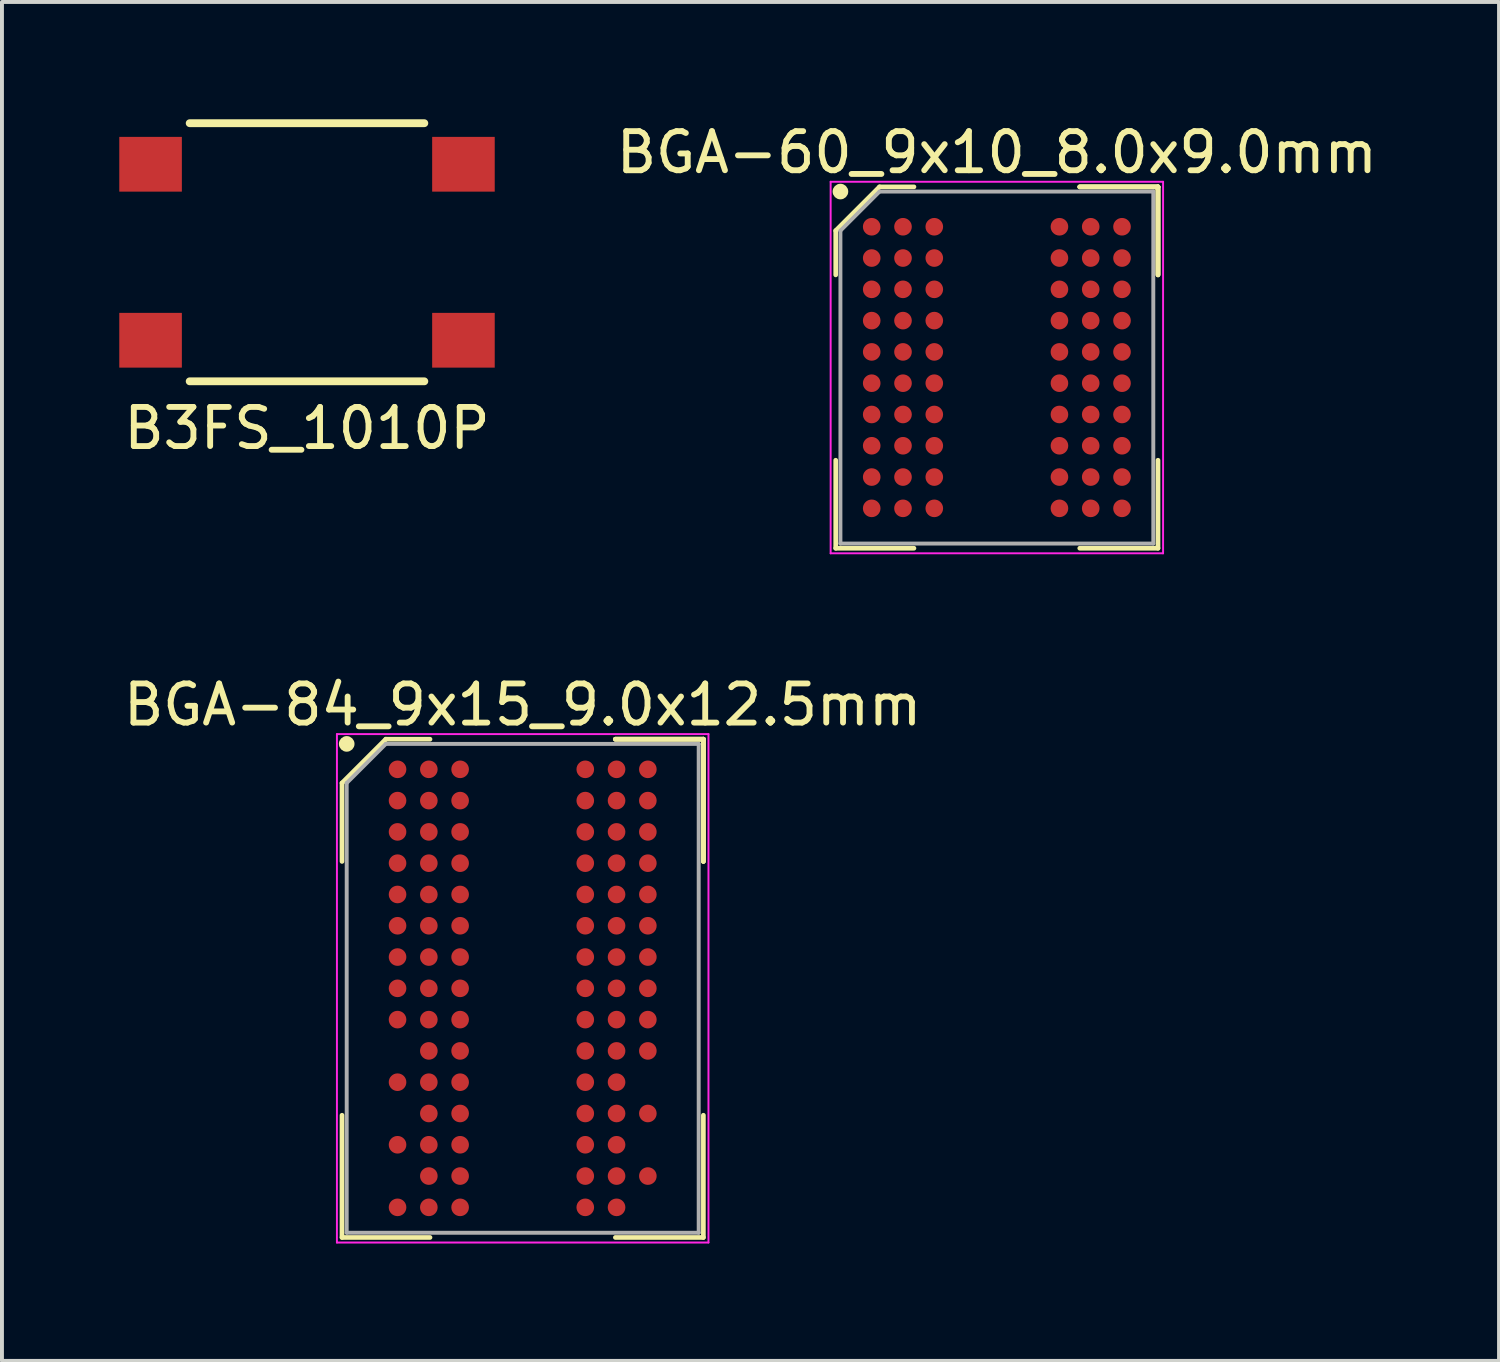
<source format=kicad_pcb>
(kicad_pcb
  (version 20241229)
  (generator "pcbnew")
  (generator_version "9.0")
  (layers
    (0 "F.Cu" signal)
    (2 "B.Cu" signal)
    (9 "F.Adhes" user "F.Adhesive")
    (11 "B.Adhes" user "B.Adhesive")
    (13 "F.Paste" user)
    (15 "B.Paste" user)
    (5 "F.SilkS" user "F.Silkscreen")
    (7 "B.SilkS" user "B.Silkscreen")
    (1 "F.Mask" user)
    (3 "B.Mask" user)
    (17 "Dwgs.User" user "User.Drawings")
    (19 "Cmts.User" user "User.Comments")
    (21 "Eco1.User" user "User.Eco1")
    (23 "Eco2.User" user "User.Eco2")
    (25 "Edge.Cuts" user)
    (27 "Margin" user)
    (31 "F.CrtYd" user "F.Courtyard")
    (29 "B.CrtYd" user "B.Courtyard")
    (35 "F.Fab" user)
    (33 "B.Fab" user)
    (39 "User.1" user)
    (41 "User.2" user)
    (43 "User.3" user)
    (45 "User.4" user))
  (footprint "BGA-60_9x10_8.0x9.0mm"
    (layer "F.Cu")
    (at 22.439 6.348)
    (property "Reference" "BGA-60_9x10_8.0x9.0mm" (at 0 -5.5 0) (layer "F.SilkS") (effects (font (size 1 1) (thickness 0.15))))
    (attr smd)
    (fp_line (start -4.12 -3.5) (end -4.12 -2.37) (stroke (width 0.12) (type solid)) (layer "F.SilkS"))
    (fp_line (start -4.12 4.62) (end -4.12 2.37) (stroke (width 0.12) (type solid)) (layer "F.SilkS"))
    (fp_line (start -3 -4.62) (end -4.12 -3.5) (stroke (width 0.12) (type solid)) (layer "F.SilkS"))
    (fp_line (start -2.12 -4.62) (end -3 -4.62) (stroke (width 0.12) (type solid)) (layer "F.SilkS"))
    (fp_line (start -2.12 4.62) (end -4.12 4.62) (stroke (width 0.12) (type solid)) (layer "F.SilkS"))
    (fp_line (start 2.12 -4.62) (end 4.12 -4.62) (stroke (width 0.12) (type solid)) (layer "F.SilkS"))
    (fp_line (start 2.12 -4.62) (end 4.12 -4.62) (stroke (width 0.12) (type solid)) (layer "F.SilkS"))
    (fp_line (start 2.12 -4.62) (end 4.12 -4.62) (stroke (width 0.12) (type solid)) (layer "F.SilkS"))
    (fp_line (start 2.12 4.62) (end 4.12 4.62) (stroke (width 0.12) (type solid)) (layer "F.SilkS"))
    (fp_line (start 4.12 -4.62) (end 4.12 -2.37) (stroke (width 0.12) (type solid)) (layer "F.SilkS"))
    (fp_line (start 4.12 -4.62) (end 4.12 -2.37) (stroke (width 0.12) (type solid)) (layer "F.SilkS"))
    (fp_line (start 4.12 -4.62) (end 4.12 -2.37) (stroke (width 0.12) (type solid)) (layer "F.SilkS"))
    (fp_line (start 4.12 4.62) (end 4.12 2.37) (stroke (width 0.12) (type solid)) (layer "F.SilkS"))
    (fp_circle (center -4 -4.5) (end -4 -4.4) (stroke (width 0.2) (type solid)) (fill no) (layer "F.SilkS"))
    (fp_line (start -4.25 -4.75) (end 4.25 -4.75) (stroke (width 0.05) (type solid)) (layer "F.CrtYd"))
    (fp_line (start -4.25 4.75) (end -4.25 -4.75) (stroke (width 0.05) (type solid)) (layer "F.CrtYd"))
    (fp_line (start 4.25 -4.75) (end 4.25 4.75) (stroke (width 0.05) (type solid)) (layer "F.CrtYd"))
    (fp_line (start 4.25 4.75) (end -4.25 4.75) (stroke (width 0.05) (type solid)) (layer "F.CrtYd"))
    (fp_line (start -4 -3.5) (end -4 4.5) (stroke (width 0.1) (type solid)) (layer "F.Fab"))
    (fp_line (start -4 4.5) (end 4 4.5) (stroke (width 0.1) (type solid)) (layer "F.Fab"))
    (fp_line (start -3 -4.5) (end -4 -3.5) (stroke (width 0.1) (type solid)) (layer "F.Fab"))
    (fp_line (start 4 -4.5) (end -3 -4.5) (stroke (width 0.1) (type solid)) (layer "F.Fab"))
    (fp_line (start 4 4.5) (end 4 -4.5) (stroke (width 0.1) (type solid)) (layer "F.Fab"))
    (pad "A1" smd circle (at -3.2 -3.6) (size 0.45 0.45) (layers "F.Cu" "F.Mask" "F.Paste"))
    (pad "A2" smd circle (at -2.4 -3.6) (size 0.45 0.45) (layers "F.Cu" "F.Mask" "F.Paste"))
    (pad "A3" smd circle (at -1.6 -3.6) (size 0.45 0.45) (layers "F.Cu" "F.Mask" "F.Paste"))
    (pad "A7" smd circle (at 1.6 -3.6) (size 0.45 0.45) (layers "F.Cu" "F.Mask" "F.Paste"))
    (pad "A8" smd circle (at 2.4 -3.6) (size 0.45 0.45) (layers "F.Cu" "F.Mask" "F.Paste"))
    (pad "A9" smd circle (at 3.2 -3.6) (size 0.45 0.45) (layers "F.Cu" "F.Mask" "F.Paste"))
    (pad "B1" smd circle (at -3.2 -2.8) (size 0.45 0.45) (layers "F.Cu" "F.Mask" "F.Paste"))
    (pad "B2" smd circle (at -2.4 -2.8) (size 0.45 0.45) (layers "F.Cu" "F.Mask" "F.Paste"))
    (pad "B3" smd circle (at -1.6 -2.8) (size 0.45 0.45) (layers "F.Cu" "F.Mask" "F.Paste"))
    (pad "B7" smd circle (at 1.6 -2.8) (size 0.45 0.45) (layers "F.Cu" "F.Mask" "F.Paste"))
    (pad "B8" smd circle (at 2.4 -2.8) (size 0.45 0.45) (layers "F.Cu" "F.Mask" "F.Paste"))
    (pad "B9" smd circle (at 3.2 -2.8) (size 0.45 0.45) (layers "F.Cu" "F.Mask" "F.Paste"))
    (pad "C1" smd circle (at -3.2 -2) (size 0.45 0.45) (layers "F.Cu" "F.Mask" "F.Paste"))
    (pad "C2" smd circle (at -2.4 -2) (size 0.45 0.45) (layers "F.Cu" "F.Mask" "F.Paste"))
    (pad "C3" smd circle (at -1.6 -2) (size 0.45 0.45) (layers "F.Cu" "F.Mask" "F.Paste"))
    (pad "C7" smd circle (at 1.6 -2) (size 0.45 0.45) (layers "F.Cu" "F.Mask" "F.Paste"))
    (pad "C8" smd circle (at 2.4 -2) (size 0.45 0.45) (layers "F.Cu" "F.Mask" "F.Paste"))
    (pad "C9" smd circle (at 3.2 -2) (size 0.45 0.45) (layers "F.Cu" "F.Mask" "F.Paste"))
    (pad "D1" smd circle (at -3.2 -1.2) (size 0.45 0.45) (layers "F.Cu" "F.Mask" "F.Paste"))
    (pad "D2" smd circle (at -2.4 -1.2) (size 0.45 0.45) (layers "F.Cu" "F.Mask" "F.Paste"))
    (pad "D3" smd circle (at -1.6 -1.2) (size 0.45 0.45) (layers "F.Cu" "F.Mask" "F.Paste"))
    (pad "D7" smd circle (at 1.6 -1.2) (size 0.45 0.45) (layers "F.Cu" "F.Mask" "F.Paste"))
    (pad "D8" smd circle (at 2.4 -1.2) (size 0.45 0.45) (layers "F.Cu" "F.Mask" "F.Paste"))
    (pad "D9" smd circle (at 3.2 -1.2) (size 0.45 0.45) (layers "F.Cu" "F.Mask" "F.Paste"))
    (pad "E1" smd circle (at -3.2 -0.4) (size 0.45 0.45) (layers "F.Cu" "F.Mask" "F.Paste"))
    (pad "E2" smd circle (at -2.4 -0.4) (size 0.45 0.45) (layers "F.Cu" "F.Mask" "F.Paste"))
    (pad "E3" smd circle (at -1.6 -0.4) (size 0.45 0.45) (layers "F.Cu" "F.Mask" "F.Paste"))
    (pad "E7" smd circle (at 1.6 -0.4) (size 0.45 0.45) (layers "F.Cu" "F.Mask" "F.Paste"))
    (pad "E8" smd circle (at 2.4 -0.4) (size 0.45 0.45) (layers "F.Cu" "F.Mask" "F.Paste"))
    (pad "E9" smd circle (at 3.2 -0.4) (size 0.45 0.45) (layers "F.Cu" "F.Mask" "F.Paste"))
    (pad "F1" smd circle (at -3.2 0.4) (size 0.45 0.45) (layers "F.Cu" "F.Mask" "F.Paste"))
    (pad "F2" smd circle (at -2.4 0.4) (size 0.45 0.45) (layers "F.Cu" "F.Mask" "F.Paste"))
    (pad "F3" smd circle (at -1.6 0.4) (size 0.45 0.45) (layers "F.Cu" "F.Mask" "F.Paste"))
    (pad "F7" smd circle (at 1.6 0.4) (size 0.45 0.45) (layers "F.Cu" "F.Mask" "F.Paste"))
    (pad "F8" smd circle (at 2.4 0.4) (size 0.45 0.45) (layers "F.Cu" "F.Mask" "F.Paste"))
    (pad "F9" smd circle (at 3.2 0.4) (size 0.45 0.45) (layers "F.Cu" "F.Mask" "F.Paste"))
    (pad "G1" smd circle (at -3.2 1.2) (size 0.45 0.45) (layers "F.Cu" "F.Mask" "F.Paste"))
    (pad "G2" smd circle (at -2.4 1.2) (size 0.45 0.45) (layers "F.Cu" "F.Mask" "F.Paste"))
    (pad "G3" smd circle (at -1.6 1.2) (size 0.45 0.45) (layers "F.Cu" "F.Mask" "F.Paste"))
    (pad "G7" smd circle (at 1.6 1.2) (size 0.45 0.45) (layers "F.Cu" "F.Mask" "F.Paste"))
    (pad "G8" smd circle (at 2.4 1.2) (size 0.45 0.45) (layers "F.Cu" "F.Mask" "F.Paste"))
    (pad "G9" smd circle (at 3.2 1.2) (size 0.45 0.45) (layers "F.Cu" "F.Mask" "F.Paste"))
    (pad "H1" smd circle (at -3.2 2) (size 0.45 0.45) (layers "F.Cu" "F.Mask" "F.Paste"))
    (pad "H2" smd circle (at -2.4 2) (size 0.45 0.45) (layers "F.Cu" "F.Mask" "F.Paste"))
    (pad "H3" smd circle (at -1.6 2) (size 0.45 0.45) (layers "F.Cu" "F.Mask" "F.Paste"))
    (pad "H7" smd circle (at 1.6 2) (size 0.45 0.45) (layers "F.Cu" "F.Mask" "F.Paste"))
    (pad "H8" smd circle (at 2.4 2) (size 0.45 0.45) (layers "F.Cu" "F.Mask" "F.Paste"))
    (pad "H9" smd circle (at 3.2 2) (size 0.45 0.45) (layers "F.Cu" "F.Mask" "F.Paste"))
    (pad "J1" smd circle (at -3.2 2.8) (size 0.45 0.45) (layers "F.Cu" "F.Mask" "F.Paste"))
    (pad "J2" smd circle (at -2.4 2.8) (size 0.45 0.45) (layers "F.Cu" "F.Mask" "F.Paste"))
    (pad "J3" smd circle (at -1.6 2.8) (size 0.45 0.45) (layers "F.Cu" "F.Mask" "F.Paste"))
    (pad "J7" smd circle (at 1.6 2.8) (size 0.45 0.45) (layers "F.Cu" "F.Mask" "F.Paste"))
    (pad "J8" smd circle (at 2.4 2.8) (size 0.45 0.45) (layers "F.Cu" "F.Mask" "F.Paste"))
    (pad "J9" smd circle (at 3.2 2.8) (size 0.45 0.45) (layers "F.Cu" "F.Mask" "F.Paste"))
    (pad "K1" smd circle (at -3.2 3.6) (size 0.45 0.45) (layers "F.Cu" "F.Mask" "F.Paste"))
    (pad "K2" smd circle (at -2.4 3.6) (size 0.45 0.45) (layers "F.Cu" "F.Mask" "F.Paste"))
    (pad "K3" smd circle (at -1.6 3.6) (size 0.45 0.45) (layers "F.Cu" "F.Mask" "F.Paste"))
    (pad "K7" smd circle (at 1.6 3.6) (size 0.45 0.45) (layers "F.Cu" "F.Mask" "F.Paste"))
    (pad "K8" smd circle (at 2.4 3.6) (size 0.45 0.45) (layers "F.Cu" "F.Mask" "F.Paste"))
    (pad "K9" smd circle (at 3.2 3.6) (size 0.45 0.45) (layers "F.Cu" "F.Mask" "F.Paste")))
  (footprint "B3FS_1010P"
    (layer "F.Cu")
    (at 4.8 3.4)
    (property "Reference" "B3FS_1010P" (at 0 4.5 0) (layer "F.SilkS") (effects (font (size 1 1) (thickness 0.15))))
    (attr through_hole)
    (fp_line (start -3 -3.3) (end 3 -3.3) (stroke (width 0.2) (type solid)) (layer "F.SilkS"))
    (fp_line (start -3 3.3) (end 3 3.3) (stroke (width 0.2) (type solid)) (layer "F.SilkS"))
    (pad "1" smd rect (at 4 2.25) (size 1.6 1.4) (layers "F.Cu" "F.Mask" "F.Paste"))
    (pad "2" smd rect (at -4 2.25) (size 1.6 1.4) (layers "F.Cu" "F.Mask" "F.Paste"))
    (pad "3" smd rect (at -4 -2.25) (size 1.6 1.4) (layers "F.Cu" "F.Mask" "F.Paste"))
    (pad "4" smd rect (at 4 -2.25) (size 1.6 1.4) (layers "F.Cu" "F.Mask" "F.Paste")))
  (footprint "BGA-84_9x15_9.0x12.5mm"
    (layer "F.Cu")
    (at 10.315 22.221)
    (property "Reference" "BGA-84_9x15_9.0x12.5mm" (at 0 -7.25 0) (layer "F.SilkS") (effects (font (size 1 1) (thickness 0.15))))
    (attr smd)
    (fp_line (start -4.62 -5.25) (end -4.62 -3.245) (stroke (width 0.12) (type solid)) (layer "F.SilkS"))
    (fp_line (start -4.62 6.37) (end -4.62 3.245) (stroke (width 0.12) (type solid)) (layer "F.SilkS"))
    (fp_line (start -3.5 -6.37) (end -4.62 -5.25) (stroke (width 0.12) (type solid)) (layer "F.SilkS"))
    (fp_line (start -2.37 -6.37) (end -3.5 -6.37) (stroke (width 0.12) (type solid)) (layer "F.SilkS"))
    (fp_line (start -2.37 6.37) (end -4.62 6.37) (stroke (width 0.12) (type solid)) (layer "F.SilkS"))
    (fp_line (start 2.37 -6.37) (end 4.62 -6.37) (stroke (width 0.12) (type solid)) (layer "F.SilkS"))
    (fp_line (start 2.37 -6.37) (end 4.62 -6.37) (stroke (width 0.12) (type solid)) (layer "F.SilkS"))
    (fp_line (start 2.37 -6.37) (end 4.62 -6.37) (stroke (width 0.12) (type solid)) (layer "F.SilkS"))
    (fp_line (start 2.37 6.37) (end 4.62 6.37) (stroke (width 0.12) (type solid)) (layer "F.SilkS"))
    (fp_line (start 4.62 -6.37) (end 4.62 -3.245) (stroke (width 0.12) (type solid)) (layer "F.SilkS"))
    (fp_line (start 4.62 -6.37) (end 4.62 -3.245) (stroke (width 0.12) (type solid)) (layer "F.SilkS"))
    (fp_line (start 4.62 -6.37) (end 4.62 -3.245) (stroke (width 0.12) (type solid)) (layer "F.SilkS"))
    (fp_line (start 4.62 6.37) (end 4.62 3.245) (stroke (width 0.12) (type solid)) (layer "F.SilkS"))
    (fp_circle (center -4.5 -6.25) (end -4.5 -6.15) (stroke (width 0.2) (type solid)) (fill no) (layer "F.SilkS"))
    (fp_line (start -4.75 -6.5) (end 4.75 -6.5) (stroke (width 0.05) (type solid)) (layer "F.CrtYd"))
    (fp_line (start -4.75 6.5) (end -4.75 -6.5) (stroke (width 0.05) (type solid)) (layer "F.CrtYd"))
    (fp_line (start 4.75 -6.5) (end 4.75 6.5) (stroke (width 0.05) (type solid)) (layer "F.CrtYd"))
    (fp_line (start 4.75 6.5) (end -4.75 6.5) (stroke (width 0.05) (type solid)) (layer "F.CrtYd"))
    (fp_line (start -4.5 -5.25) (end -4.5 6.25) (stroke (width 0.1) (type solid)) (layer "F.Fab"))
    (fp_line (start -4.5 6.25) (end 4.5 6.25) (stroke (width 0.1) (type solid)) (layer "F.Fab"))
    (fp_line (start -3.5 -6.25) (end -4.5 -5.25) (stroke (width 0.1) (type solid)) (layer "F.Fab"))
    (fp_line (start 4.5 -6.25) (end -3.5 -6.25) (stroke (width 0.1) (type solid)) (layer "F.Fab"))
    (fp_line (start 4.5 6.25) (end 4.5 -6.25) (stroke (width 0.1) (type solid)) (layer "F.Fab"))
    (pad "A1" smd circle (at -3.2 -5.6) (size 0.45 0.45) (layers "F.Cu" "F.Mask" "F.Paste"))
    (pad "A2" smd circle (at -2.4 -5.6) (size 0.45 0.45) (layers "F.Cu" "F.Mask" "F.Paste"))
    (pad "A3" smd circle (at -1.6 -5.6) (size 0.45 0.45) (layers "F.Cu" "F.Mask" "F.Paste"))
    (pad "A7" smd circle (at 1.6 -5.6) (size 0.45 0.45) (layers "F.Cu" "F.Mask" "F.Paste"))
    (pad "A8" smd circle (at 2.4 -5.6) (size 0.45 0.45) (layers "F.Cu" "F.Mask" "F.Paste"))
    (pad "A9" smd circle (at 3.2 -5.6) (size 0.45 0.45) (layers "F.Cu" "F.Mask" "F.Paste"))
    (pad "B1" smd circle (at -3.2 -4.8) (size 0.45 0.45) (layers "F.Cu" "F.Mask" "F.Paste"))
    (pad "B2" smd circle (at -2.4 -4.8) (size 0.45 0.45) (layers "F.Cu" "F.Mask" "F.Paste"))
    (pad "B3" smd circle (at -1.6 -4.8) (size 0.45 0.45) (layers "F.Cu" "F.Mask" "F.Paste"))
    (pad "B7" smd circle (at 1.6 -4.8) (size 0.45 0.45) (layers "F.Cu" "F.Mask" "F.Paste"))
    (pad "B8" smd circle (at 2.4 -4.8) (size 0.45 0.45) (layers "F.Cu" "F.Mask" "F.Paste"))
    (pad "B9" smd circle (at 3.2 -4.8) (size 0.45 0.45) (layers "F.Cu" "F.Mask" "F.Paste"))
    (pad "C1" smd circle (at -3.2 -4) (size 0.45 0.45) (layers "F.Cu" "F.Mask" "F.Paste"))
    (pad "C2" smd circle (at -2.4 -4) (size 0.45 0.45) (layers "F.Cu" "F.Mask" "F.Paste"))
    (pad "C3" smd circle (at -1.6 -4) (size 0.45 0.45) (layers "F.Cu" "F.Mask" "F.Paste"))
    (pad "C7" smd circle (at 1.6 -4) (size 0.45 0.45) (layers "F.Cu" "F.Mask" "F.Paste"))
    (pad "C8" smd circle (at 2.4 -4) (size 0.45 0.45) (layers "F.Cu" "F.Mask" "F.Paste"))
    (pad "C9" smd circle (at 3.2 -4) (size 0.45 0.45) (layers "F.Cu" "F.Mask" "F.Paste"))
    (pad "D1" smd circle (at -3.2 -3.2) (size 0.45 0.45) (layers "F.Cu" "F.Mask" "F.Paste"))
    (pad "D2" smd circle (at -2.4 -3.2) (size 0.45 0.45) (layers "F.Cu" "F.Mask" "F.Paste"))
    (pad "D3" smd circle (at -1.6 -3.2) (size 0.45 0.45) (layers "F.Cu" "F.Mask" "F.Paste"))
    (pad "D7" smd circle (at 1.6 -3.2) (size 0.45 0.45) (layers "F.Cu" "F.Mask" "F.Paste"))
    (pad "D8" smd circle (at 2.4 -3.2) (size 0.45 0.45) (layers "F.Cu" "F.Mask" "F.Paste"))
    (pad "D9" smd circle (at 3.2 -3.2) (size 0.45 0.45) (layers "F.Cu" "F.Mask" "F.Paste"))
    (pad "E1" smd circle (at -3.2 -2.4) (size 0.45 0.45) (layers "F.Cu" "F.Mask" "F.Paste"))
    (pad "E2" smd circle (at -2.4 -2.4) (size 0.45 0.45) (layers "F.Cu" "F.Mask" "F.Paste"))
    (pad "E3" smd circle (at -1.6 -2.4) (size 0.45 0.45) (layers "F.Cu" "F.Mask" "F.Paste"))
    (pad "E7" smd circle (at 1.6 -2.4) (size 0.45 0.45) (layers "F.Cu" "F.Mask" "F.Paste"))
    (pad "E8" smd circle (at 2.4 -2.4) (size 0.45 0.45) (layers "F.Cu" "F.Mask" "F.Paste"))
    (pad "E9" smd circle (at 3.2 -2.4) (size 0.45 0.45) (layers "F.Cu" "F.Mask" "F.Paste"))
    (pad "F1" smd circle (at -3.2 -1.6) (size 0.45 0.45) (layers "F.Cu" "F.Mask" "F.Paste"))
    (pad "F2" smd circle (at -2.4 -1.6) (size 0.45 0.45) (layers "F.Cu" "F.Mask" "F.Paste"))
    (pad "F3" smd circle (at -1.6 -1.6) (size 0.45 0.45) (layers "F.Cu" "F.Mask" "F.Paste"))
    (pad "F7" smd circle (at 1.6 -1.6) (size 0.45 0.45) (layers "F.Cu" "F.Mask" "F.Paste"))
    (pad "F8" smd circle (at 2.4 -1.6) (size 0.45 0.45) (layers "F.Cu" "F.Mask" "F.Paste"))
    (pad "F9" smd circle (at 3.2 -1.6) (size 0.45 0.45) (layers "F.Cu" "F.Mask" "F.Paste"))
    (pad "G1" smd circle (at -3.2 -0.8) (size 0.45 0.45) (layers "F.Cu" "F.Mask" "F.Paste"))
    (pad "G2" smd circle (at -2.4 -0.8) (size 0.45 0.45) (layers "F.Cu" "F.Mask" "F.Paste"))
    (pad "G3" smd circle (at -1.6 -0.8) (size 0.45 0.45) (layers "F.Cu" "F.Mask" "F.Paste"))
    (pad "G7" smd circle (at 1.6 -0.8) (size 0.45 0.45) (layers "F.Cu" "F.Mask" "F.Paste"))
    (pad "G8" smd circle (at 2.4 -0.8) (size 0.45 0.45) (layers "F.Cu" "F.Mask" "F.Paste"))
    (pad "G9" smd circle (at 3.2 -0.8) (size 0.45 0.45) (layers "F.Cu" "F.Mask" "F.Paste"))
    (pad "H1" smd circle (at -3.2 0) (size 0.45 0.45) (layers "F.Cu" "F.Mask" "F.Paste"))
    (pad "H2" smd circle (at -2.4 0) (size 0.45 0.45) (layers "F.Cu" "F.Mask" "F.Paste"))
    (pad "H3" smd circle (at -1.6 0) (size 0.45 0.45) (layers "F.Cu" "F.Mask" "F.Paste"))
    (pad "H7" smd circle (at 1.6 0) (size 0.45 0.45) (layers "F.Cu" "F.Mask" "F.Paste"))
    (pad "H8" smd circle (at 2.4 0) (size 0.45 0.45) (layers "F.Cu" "F.Mask" "F.Paste"))
    (pad "H9" smd circle (at 3.2 0) (size 0.45 0.45) (layers "F.Cu" "F.Mask" "F.Paste"))
    (pad "J1" smd circle (at -3.2 0.8) (size 0.45 0.45) (layers "F.Cu" "F.Mask" "F.Paste"))
    (pad "J2" smd circle (at -2.4 0.8) (size 0.45 0.45) (layers "F.Cu" "F.Mask" "F.Paste"))
    (pad "J3" smd circle (at -1.6 0.8) (size 0.45 0.45) (layers "F.Cu" "F.Mask" "F.Paste"))
    (pad "J7" smd circle (at 1.6 0.8) (size 0.45 0.45) (layers "F.Cu" "F.Mask" "F.Paste"))
    (pad "J8" smd circle (at 2.4 0.8) (size 0.45 0.45) (layers "F.Cu" "F.Mask" "F.Paste"))
    (pad "J9" smd circle (at 3.2 0.8) (size 0.45 0.45) (layers "F.Cu" "F.Mask" "F.Paste"))
    (pad "K2" smd circle (at -2.4 1.6) (size 0.45 0.45) (layers "F.Cu" "F.Mask" "F.Paste"))
    (pad "K3" smd circle (at -1.6 1.6) (size 0.45 0.45) (layers "F.Cu" "F.Mask" "F.Paste"))
    (pad "K7" smd circle (at 1.6 1.6) (size 0.45 0.45) (layers "F.Cu" "F.Mask" "F.Paste"))
    (pad "K8" smd circle (at 2.4 1.6) (size 0.45 0.45) (layers "F.Cu" "F.Mask" "F.Paste"))
    (pad "K9" smd circle (at 3.2 1.6) (size 0.45 0.45) (layers "F.Cu" "F.Mask" "F.Paste"))
    (pad "L1" smd circle (at -3.2 2.4) (size 0.45 0.45) (layers "F.Cu" "F.Mask" "F.Paste"))
    (pad "L2" smd circle (at -2.4 2.4) (size 0.45 0.45) (layers "F.Cu" "F.Mask" "F.Paste"))
    (pad "L3" smd circle (at -1.6 2.4) (size 0.45 0.45) (layers "F.Cu" "F.Mask" "F.Paste"))
    (pad "L7" smd circle (at 1.6 2.4) (size 0.45 0.45) (layers "F.Cu" "F.Mask" "F.Paste"))
    (pad "L8" smd circle (at 2.4 2.4) (size 0.45 0.45) (layers "F.Cu" "F.Mask" "F.Paste"))
    (pad "M2" smd circle (at -2.4 3.2) (size 0.45 0.45) (layers "F.Cu" "F.Mask" "F.Paste"))
    (pad "M3" smd circle (at -1.6 3.2) (size 0.45 0.45) (layers "F.Cu" "F.Mask" "F.Paste"))
    (pad "M7" smd circle (at 1.6 3.2) (size 0.45 0.45) (layers "F.Cu" "F.Mask" "F.Paste"))
    (pad "M8" smd circle (at 2.4 3.2) (size 0.45 0.45) (layers "F.Cu" "F.Mask" "F.Paste"))
    (pad "M9" smd circle (at 3.2 3.2) (size 0.45 0.45) (layers "F.Cu" "F.Mask" "F.Paste"))
    (pad "N1" smd circle (at -3.2 4) (size 0.45 0.45) (layers "F.Cu" "F.Mask" "F.Paste"))
    (pad "N2" smd circle (at -2.4 4) (size 0.45 0.45) (layers "F.Cu" "F.Mask" "F.Paste"))
    (pad "N3" smd circle (at -1.6 4) (size 0.45 0.45) (layers "F.Cu" "F.Mask" "F.Paste"))
    (pad "N7" smd circle (at 1.6 4) (size 0.45 0.45) (layers "F.Cu" "F.Mask" "F.Paste"))
    (pad "N8" smd circle (at 2.4 4) (size 0.45 0.45) (layers "F.Cu" "F.Mask" "F.Paste"))
    (pad "P2" smd circle (at -2.4 4.8) (size 0.45 0.45) (layers "F.Cu" "F.Mask" "F.Paste"))
    (pad "P3" smd circle (at -1.6 4.8) (size 0.45 0.45) (layers "F.Cu" "F.Mask" "F.Paste"))
    (pad "P7" smd circle (at 1.6 4.8) (size 0.45 0.45) (layers "F.Cu" "F.Mask" "F.Paste"))
    (pad "P8" smd circle (at 2.4 4.8) (size 0.45 0.45) (layers "F.Cu" "F.Mask" "F.Paste"))
    (pad "P9" smd circle (at 3.2 4.8) (size 0.45 0.45) (layers "F.Cu" "F.Mask" "F.Paste"))
    (pad "R1" smd circle (at -3.2 5.6) (size 0.45 0.45) (layers "F.Cu" "F.Mask" "F.Paste"))
    (pad "R2" smd circle (at -2.4 5.6) (size 0.45 0.45) (layers "F.Cu" "F.Mask" "F.Paste"))
    (pad "R3" smd circle (at -1.6 5.6) (size 0.45 0.45) (layers "F.Cu" "F.Mask" "F.Paste"))
    (pad "R7" smd circle (at 1.6 5.6) (size 0.45 0.45) (layers "F.Cu" "F.Mask" "F.Paste"))
    (pad "R8" smd circle (at 2.4 5.6) (size 0.45 0.45) (layers "F.Cu" "F.Mask" "F.Paste")))
  (gr_rect
    (start -3 -3)
    (end 35.279 31.747)
    (stroke (width 0.1) (type default))
    (fill no)
    (layer "Edge.Cuts")))
</source>
